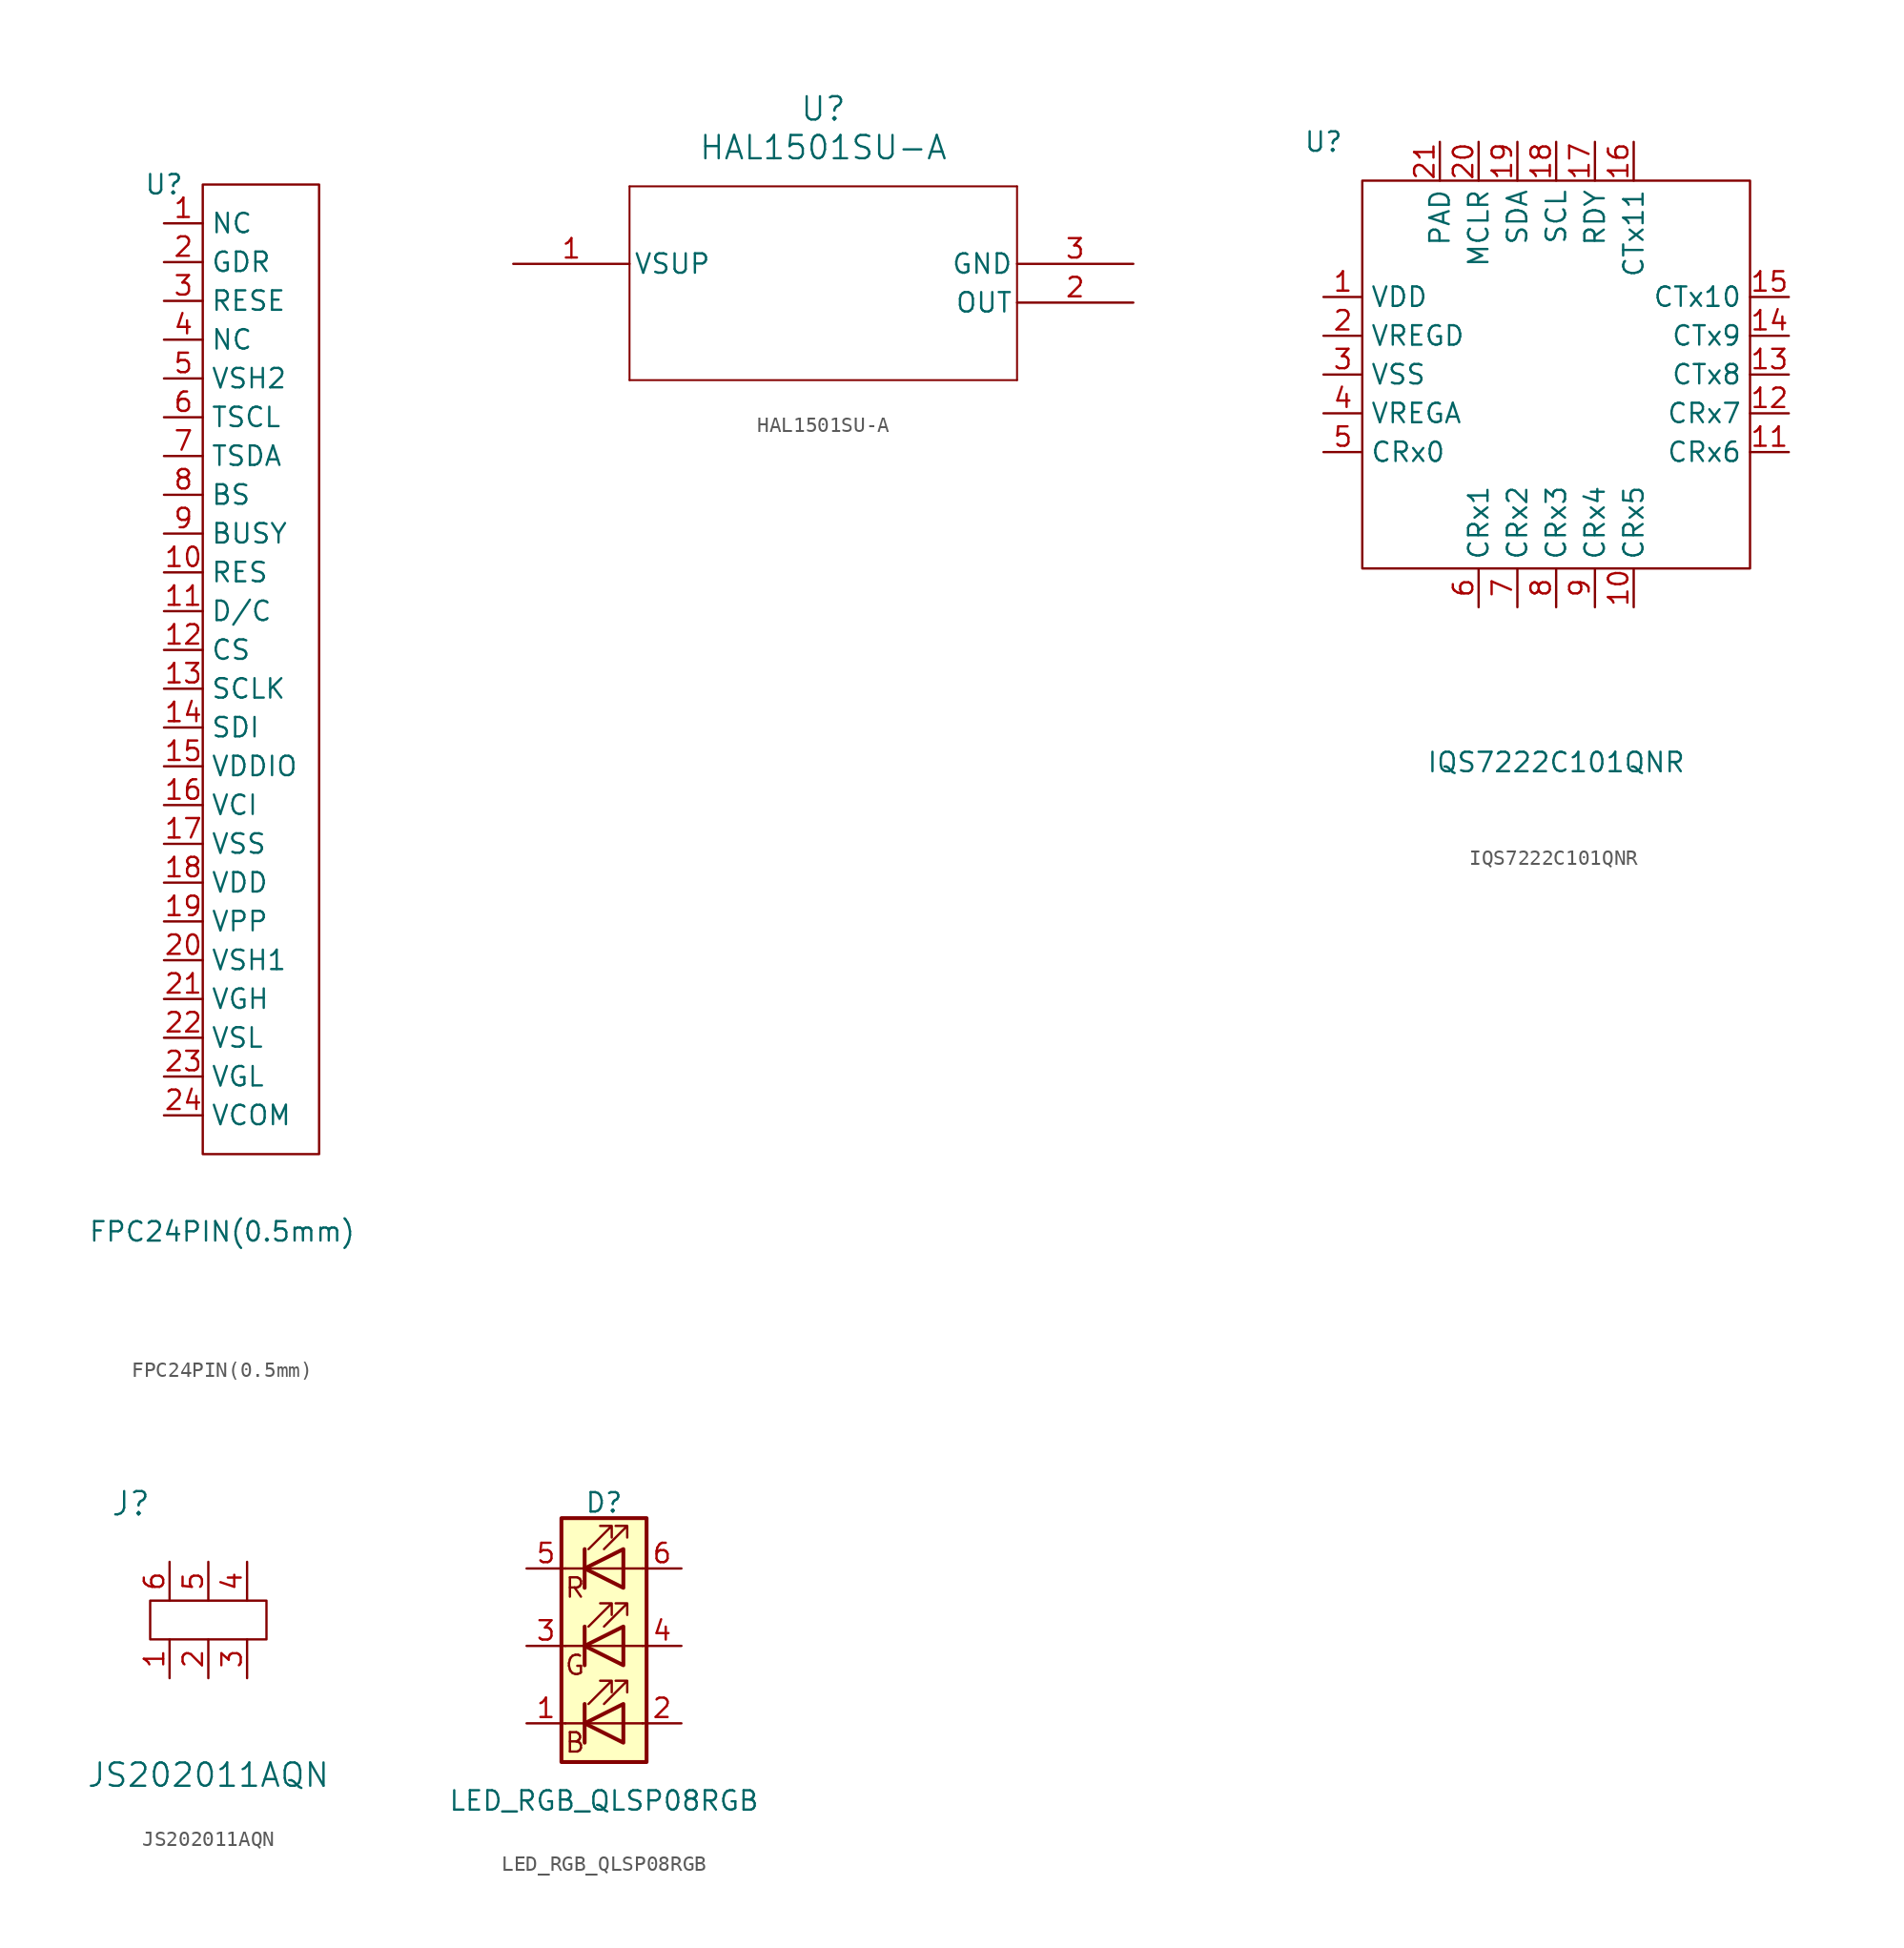
<source format=kicad_sym>
(kicad_symbol_lib
  (version 20231120)
  (generator "kicad_symbol_editor")
  (generator_version "8.0")
  (symbol "FPC24PIN(0.5mm)"
    (property "Reference" "U"
      (at -1.27 30.48 0)
      (effects (font (size 1.27 1.27))))
    (property "Value" "FPC24PIN(0.5mm)"
      (at 2.54 -38.1 0)
      (effects (font (size 1.27 1.27))))
    (symbol "FPC24PIN(0.5mm)_0_1"
      (rectangle (start 1.27 30.48) (end 8.89 -33.02) (stroke (width 0) (type default)) (fill (type none))))
    (symbol "FPC24PIN(0.5mm)_1_1"
      (pin input line (at -1.27 27.94 0) (length 2.54) (name "NC" (effects (font (size 1.27 1.27)))) (number "1" (effects (font (size 1.27 1.27)))))
      (pin input line (at -1.27 5.08 0) (length 2.54) (name "RES" (effects (font (size 1.27 1.27)))) (number "10" (effects (font (size 1.27 1.27)))))
      (pin input line (at -1.27 2.54 0) (length 2.54) (name "D/C" (effects (font (size 1.27 1.27)))) (number "11" (effects (font (size 1.27 1.27)))))
      (pin input line (at -1.27 0 0) (length 2.54) (name "CS" (effects (font (size 1.27 1.27)))) (number "12" (effects (font (size 1.27 1.27)))))
      (pin input line (at -1.27 -2.54 0) (length 2.54) (name "SCLK" (effects (font (size 1.27 1.27)))) (number "13" (effects (font (size 1.27 1.27)))))
      (pin input line (at -1.27 -5.08 0) (length 2.54) (name "SDI" (effects (font (size 1.27 1.27)))) (number "14" (effects (font (size 1.27 1.27)))))
      (pin input line (at -1.27 -7.62 0) (length 2.54) (name "VDDIO" (effects (font (size 1.27 1.27)))) (number "15" (effects (font (size 1.27 1.27)))))
      (pin input line (at -1.27 -10.16 0) (length 2.54) (name "VCI" (effects (font (size 1.27 1.27)))) (number "16" (effects (font (size 1.27 1.27)))))
      (pin input line (at -1.27 -12.7 0) (length 2.54) (name "VSS" (effects (font (size 1.27 1.27)))) (number "17" (effects (font (size 1.27 1.27)))))
      (pin input line (at -1.27 -15.24 0) (length 2.54) (name "VDD" (effects (font (size 1.27 1.27)))) (number "18" (effects (font (size 1.27 1.27)))))
      (pin input line (at -1.27 -17.78 0) (length 2.54) (name "VPP" (effects (font (size 1.27 1.27)))) (number "19" (effects (font (size 1.27 1.27)))))
      (pin input line (at -1.27 25.4 0) (length 2.54) (name "GDR" (effects (font (size 1.27 1.27)))) (number "2" (effects (font (size 1.27 1.27)))))
      (pin input line (at -1.27 -20.32 0) (length 2.54) (name "VSH1" (effects (font (size 1.27 1.27)))) (number "20" (effects (font (size 1.27 1.27)))))
      (pin input line (at -1.27 -22.86 0) (length 2.54) (name "VGH" (effects (font (size 1.27 1.27)))) (number "21" (effects (font (size 1.27 1.27)))))
      (pin input line (at -1.27 -25.4 0) (length 2.54) (name "VSL" (effects (font (size 1.27 1.27)))) (number "22" (effects (font (size 1.27 1.27)))))
      (pin input line (at -1.27 -27.94 0) (length 2.54) (name "VGL" (effects (font (size 1.27 1.27)))) (number "23" (effects (font (size 1.27 1.27)))))
      (pin input line (at -1.27 -30.48 0) (length 2.54) (name "VCOM" (effects (font (size 1.27 1.27)))) (number "24" (effects (font (size 1.27 1.27)))))
      (pin input line (at -1.27 22.86 0) (length 2.54) (name "RESE" (effects (font (size 1.27 1.27)))) (number "3" (effects (font (size 1.27 1.27)))))
      (pin input line (at -1.27 20.32 0) (length 2.54) (name "NC" (effects (font (size 1.27 1.27)))) (number "4" (effects (font (size 1.27 1.27)))))
      (pin input line (at -1.27 17.78 0) (length 2.54) (name "VSH2" (effects (font (size 1.27 1.27)))) (number "5" (effects (font (size 1.27 1.27)))))
      (pin input line (at -1.27 15.24 0) (length 2.54) (name "TSCL" (effects (font (size 1.27 1.27)))) (number "6" (effects (font (size 1.27 1.27)))))
      (pin input line (at -1.27 12.7 0) (length 2.54) (name "TSDA" (effects (font (size 1.27 1.27)))) (number "7" (effects (font (size 1.27 1.27)))))
      (pin input line (at -1.27 10.16 0) (length 2.54) (name "BS" (effects (font (size 1.27 1.27)))) (number "8" (effects (font (size 1.27 1.27)))))
      (pin input line (at -1.27 7.62 0) (length 2.54) (name "BUSY" (effects (font (size 1.27 1.27)))) (number "9" (effects (font (size 1.27 1.27)))))))
  (symbol "HAL1501SU-A"
    (pin_names
      (offset 0.254))
    (property "Reference" "U"
      (at 20.32 10.16 0)
      (effects (font (size 1.524 1.524))))
    (property "Value" "HAL1501SU-A"
      (at 20.32 7.62 0)
      (effects (font (size 1.524 1.524))))
    (property "ki_locked" ""
      (at 0 0 0)
      (effects (font (size 1.27 1.27))))
    (symbol "HAL1501SU-A_0_1"
      (polyline (pts (xy 7.62 -7.62) (xy 33.02 -7.62)) (stroke (width 0.127) (type default)) (fill (type none)))
      (polyline (pts (xy 7.62 5.08) (xy 7.62 -7.62)) (stroke (width 0.127) (type default)) (fill (type none)))
      (polyline (pts (xy 33.02 -7.62) (xy 33.02 5.08)) (stroke (width 0.127) (type default)) (fill (type none)))
      (polyline (pts (xy 33.02 5.08) (xy 7.62 5.08)) (stroke (width 0.127) (type default)) (fill (type none)))
      (pin power_in line (at 0 0 0) (length 7.62) (name "VSUP" (effects (font (size 1.27 1.27)))) (number "1" (effects (font (size 1.27 1.27)))))
      (pin output line (at 40.64 -2.54 180) (length 7.62) (name "OUT" (effects (font (size 1.27 1.27)))) (number "2" (effects (font (size 1.27 1.27)))))
      (pin power_out line (at 40.64 0 180) (length 7.62) (name "GND" (effects (font (size 1.27 1.27)))) (number "3" (effects (font (size 1.27 1.27)))))))
  (symbol "IQS7222C101QNR"
    (property "Reference" "U"
      (at -15.24 15.24 0)
      (effects (font (size 1.27 1.27))))
    (property "Value" "IQS7222C101QNR"
      (at 0 -25.4 0)
      (effects (font (size 1.27 1.27))))
    (symbol "IQS7222C101QNR_0_1"
      (rectangle (start -12.7 12.7) (end 12.7 -12.7) (stroke (width 0) (type default)) (fill (type none))))
    (symbol "IQS7222C101QNR_1_1"
      (pin input line (at -15.24 5.08 0) (length 2.54) (name "VDD" (effects (font (size 1.27 1.27)))) (number "1" (effects (font (size 1.27 1.27)))))
      (pin input line (at 5.08 -15.24 90) (length 2.54) (name "CRx5" (effects (font (size 1.27 1.27)))) (number "10" (effects (font (size 1.27 1.27)))))
      (pin input line (at 15.24 -5.08 180) (length 2.54) (name "CRx6" (effects (font (size 1.27 1.27)))) (number "11" (effects (font (size 1.27 1.27)))))
      (pin input line (at 15.24 -2.54 180) (length 2.54) (name "CRx7" (effects (font (size 1.27 1.27)))) (number "12" (effects (font (size 1.27 1.27)))))
      (pin input line (at 15.24 0 180) (length 2.54) (name "CTx8" (effects (font (size 1.27 1.27)))) (number "13" (effects (font (size 1.27 1.27)))))
      (pin input line (at 15.24 2.54 180) (length 2.54) (name "CTx9" (effects (font (size 1.27 1.27)))) (number "14" (effects (font (size 1.27 1.27)))))
      (pin input line (at 15.24 5.08 180) (length 2.54) (name "CTx10" (effects (font (size 1.27 1.27)))) (number "15" (effects (font (size 1.27 1.27)))))
      (pin input line (at 5.08 15.24 270) (length 2.54) (name "CTx11" (effects (font (size 1.27 1.27)))) (number "16" (effects (font (size 1.27 1.27)))))
      (pin input line (at 2.54 15.24 270) (length 2.54) (name "RDY" (effects (font (size 1.27 1.27)))) (number "17" (effects (font (size 1.27 1.27)))))
      (pin input line (at 0 15.24 270) (length 2.54) (name "SCL" (effects (font (size 1.27 1.27)))) (number "18" (effects (font (size 1.27 1.27)))))
      (pin input line (at -2.54 15.24 270) (length 2.54) (name "SDA" (effects (font (size 1.27 1.27)))) (number "19" (effects (font (size 1.27 1.27)))))
      (pin input line (at -15.24 2.54 0) (length 2.54) (name "VREGD" (effects (font (size 1.27 1.27)))) (number "2" (effects (font (size 1.27 1.27)))))
      (pin input line (at -5.08 15.24 270) (length 2.54) (name "MCLR" (effects (font (size 1.27 1.27)))) (number "20" (effects (font (size 1.27 1.27)))))
      (pin input line (at -7.62 15.24 270) (length 2.54) (name "PAD" (effects (font (size 1.27 1.27)))) (number "21" (effects (font (size 1.27 1.27)))))
      (pin input line (at -15.24 0 0) (length 2.54) (name "VSS" (effects (font (size 1.27 1.27)))) (number "3" (effects (font (size 1.27 1.27)))))
      (pin input line (at -15.24 -2.54 0) (length 2.54) (name "VREGA" (effects (font (size 1.27 1.27)))) (number "4" (effects (font (size 1.27 1.27)))))
      (pin input line (at -15.24 -5.08 0) (length 2.54) (name "CRx0" (effects (font (size 1.27 1.27)))) (number "5" (effects (font (size 1.27 1.27)))))
      (pin input line (at -5.08 -15.24 90) (length 2.54) (name "CRx1" (effects (font (size 1.27 1.27)))) (number "6" (effects (font (size 1.27 1.27)))))
      (pin input line (at -2.54 -15.24 90) (length 2.54) (name "CRx2" (effects (font (size 1.27 1.27)))) (number "7" (effects (font (size 1.27 1.27)))))
      (pin input line (at 0 -15.24 90) (length 2.54) (name "CRx3" (effects (font (size 1.27 1.27)))) (number "8" (effects (font (size 1.27 1.27)))))
      (pin input line (at 2.54 -15.24 90) (length 2.54) (name "CRx4" (effects (font (size 1.27 1.27)))) (number "9" (effects (font (size 1.27 1.27)))))))
  (symbol "JS202011AQN"
    (pin_names
      (offset 1.016))
    (property "Reference" "J"
      (at -5.08 7.62 0)
      (effects (font (size 1.524 1.524))))
    (property "Value" "JS202011AQN"
      (at 0 -10.16 0)
      (effects (font (size 1.524 1.524))))
    (symbol "JS202011AQN_0_1"
      (rectangle (start -3.81 1.27) (end 3.81 -1.27) (stroke (width 0) (type default)) (fill (type none))))
    (symbol "JS202011AQN_1_1"
      (pin input line (at -2.54 -3.81 90) (length 2.54) (name "~" (effects (font (size 1.27 1.27)))) (number "1" (effects (font (size 1.27 1.27)))))
      (pin input line (at 0 -3.81 90) (length 2.54) (name "~" (effects (font (size 1.27 1.27)))) (number "2" (effects (font (size 1.27 1.27)))))
      (pin input line (at 2.54 -3.81 90) (length 2.54) (name "~" (effects (font (size 1.27 1.27)))) (number "3" (effects (font (size 1.27 1.27)))))
      (pin input line (at 2.54 3.81 270) (length 2.54) (name "~" (effects (font (size 1.27 1.27)))) (number "4" (effects (font (size 1.27 1.27)))))
      (pin input line (at 0 3.81 270) (length 2.54) (name "~" (effects (font (size 1.27 1.27)))) (number "5" (effects (font (size 1.27 1.27)))))
      (pin input line (at -2.54 3.81 270) (length 2.54) (name "~" (effects (font (size 1.27 1.27)))) (number "6" (effects (font (size 1.27 1.27)))))))
  (symbol "LED_RGB_QLSP08RGB"
    (pin_names
      (offset 0) hide)
    (property "Reference" "D"
      (at 0 9.398 0)
      (effects (font (size 1.27 1.27))))
    (property "Value" "LED_RGB_QLSP08RGB"
      (at 0 -10.16 0)
      (effects (font (size 1.27 1.27))))
    (symbol "LED_RGB_QLSP08RGB_0_0"
      (text "B" (at -1.905 -6.35 0) (effects (font (size 1.27 1.27))))
      (text "G" (at -1.905 -1.27 0) (effects (font (size 1.27 1.27))))
      (text "R" (at -1.905 3.81 0) (effects (font (size 1.27 1.27)))))
    (symbol "LED_RGB_QLSP08RGB_0_1"
      (polyline (pts (xy -1.27 -5.08) (xy -2.54 -5.08)) (stroke (width 0) (type default)) (fill (type none)))
      (polyline (pts (xy -1.27 -5.08) (xy 1.27 -5.08)) (stroke (width 0) (type default)) (fill (type none)))
      (polyline (pts (xy -1.27 -3.81) (xy -1.27 -6.35)) (stroke (width 0.254) (type default)) (fill (type none)))
      (polyline (pts (xy -1.27 0) (xy -2.54 0)) (stroke (width 0) (type default)) (fill (type none)))
      (polyline (pts (xy -1.27 1.27) (xy -1.27 -1.27)) (stroke (width 0.254) (type default)) (fill (type none)))
      (polyline (pts (xy -1.27 5.08) (xy -2.54 5.08)) (stroke (width 0) (type default)) (fill (type none)))
      (polyline (pts (xy -1.27 5.08) (xy 1.27 5.08)) (stroke (width 0) (type default)) (fill (type none)))
      (polyline (pts (xy -1.27 6.35) (xy -1.27 3.81)) (stroke (width 0.254) (type default)) (fill (type none)))
      (polyline (pts (xy 1.27 -5.08) (xy 2.54 -5.08)) (stroke (width 0) (type default)) (fill (type none)))
      (polyline (pts (xy 1.27 0) (xy -1.27 0)) (stroke (width 0) (type default)) (fill (type none)))
      (polyline (pts (xy 1.27 0) (xy 2.54 0)) (stroke (width 0) (type default)) (fill (type none)))
      (polyline (pts (xy 1.27 5.08) (xy 2.54 5.08)) (stroke (width 0) (type default)) (fill (type none)))
      (polyline (pts (xy -1.27 1.27) (xy -1.27 -1.27) (xy -1.27 -1.27)) (stroke (width 0) (type default)) (fill (type none)))
      (polyline (pts (xy -1.27 6.35) (xy -1.27 3.81) (xy -1.27 3.81)) (stroke (width 0) (type default)) (fill (type none)))
      (polyline (pts (xy 1.27 -3.81) (xy 1.27 -6.35) (xy -1.27 -5.08) (xy 1.27 -3.81)) (stroke (width 0.254) (type default)) (fill (type none)))
      (polyline (pts (xy 1.27 1.27) (xy 1.27 -1.27) (xy -1.27 0) (xy 1.27 1.27)) (stroke (width 0.254) (type default)) (fill (type none)))
      (polyline (pts (xy 1.27 6.35) (xy 1.27 3.81) (xy -1.27 5.08) (xy 1.27 6.35)) (stroke (width 0.254) (type default)) (fill (type none)))
      (polyline (pts (xy -1.016 -3.81) (xy 0.508 -2.286) (xy -0.254 -2.286) (xy 0.508 -2.286) (xy 0.508 -3.048)) (stroke (width 0) (type default)) (fill (type none)))
      (polyline (pts (xy -1.016 1.27) (xy 0.508 2.794) (xy -0.254 2.794) (xy 0.508 2.794) (xy 0.508 2.032)) (stroke (width 0) (type default)) (fill (type none)))
      (polyline (pts (xy -1.016 6.35) (xy 0.508 7.874) (xy -0.254 7.874) (xy 0.508 7.874) (xy 0.508 7.112)) (stroke (width 0) (type default)) (fill (type none)))
      (polyline (pts (xy 0 -3.81) (xy 1.524 -2.286) (xy 0.762 -2.286) (xy 1.524 -2.286) (xy 1.524 -3.048)) (stroke (width 0) (type default)) (fill (type none)))
      (polyline (pts (xy 0 1.27) (xy 1.524 2.794) (xy 0.762 2.794) (xy 1.524 2.794) (xy 1.524 2.032)) (stroke (width 0) (type default)) (fill (type none)))
      (polyline (pts (xy 0 6.35) (xy 1.524 7.874) (xy 0.762 7.874) (xy 1.524 7.874) (xy 1.524 7.112)) (stroke (width 0) (type default)) (fill (type none)))
      (rectangle (start 1.27 -1.27) (end 1.27 1.27) (stroke (width 0) (type default)) (fill (type none)))
      (rectangle (start 1.27 1.27) (end 1.27 1.27) (stroke (width 0) (type default)) (fill (type none)))
      (rectangle (start 1.27 3.81) (end 1.27 6.35) (stroke (width 0) (type default)) (fill (type none)))
      (rectangle (start 1.27 6.35) (end 1.27 6.35) (stroke (width 0) (type default)) (fill (type none)))
      (rectangle (start 2.794 8.382) (end -2.794 -7.62) (stroke (width 0.254) (type default)) (fill (type background))))
    (symbol "LED_RGB_QLSP08RGB_1_1"
      (pin passive line (at -5.08 -5.08 0) (length 2.54) (name "BK" (effects (font (size 1.27 1.27)))) (number "1" (effects (font (size 1.27 1.27)))))
      (pin passive line (at 5.08 -5.08 180) (length 2.54) (name "BA" (effects (font (size 1.27 1.27)))) (number "2" (effects (font (size 1.27 1.27)))))
      (pin passive line (at -5.08 0 0) (length 2.54) (name "GK" (effects (font (size 1.27 1.27)))) (number "3" (effects (font (size 1.27 1.27)))))
      (pin passive line (at 5.08 0 180) (length 2.54) (name "GA" (effects (font (size 1.27 1.27)))) (number "4" (effects (font (size 1.27 1.27)))))
      (pin passive line (at -5.08 5.08 0) (length 2.54) (name "RK" (effects (font (size 1.27 1.27)))) (number "5" (effects (font (size 1.27 1.27)))))
      (pin passive line (at 5.08 5.08 180) (length 2.54) (name "RA" (effects (font (size 1.27 1.27)))) (number "6" (effects (font (size 1.27 1.27))))))))
</source>
